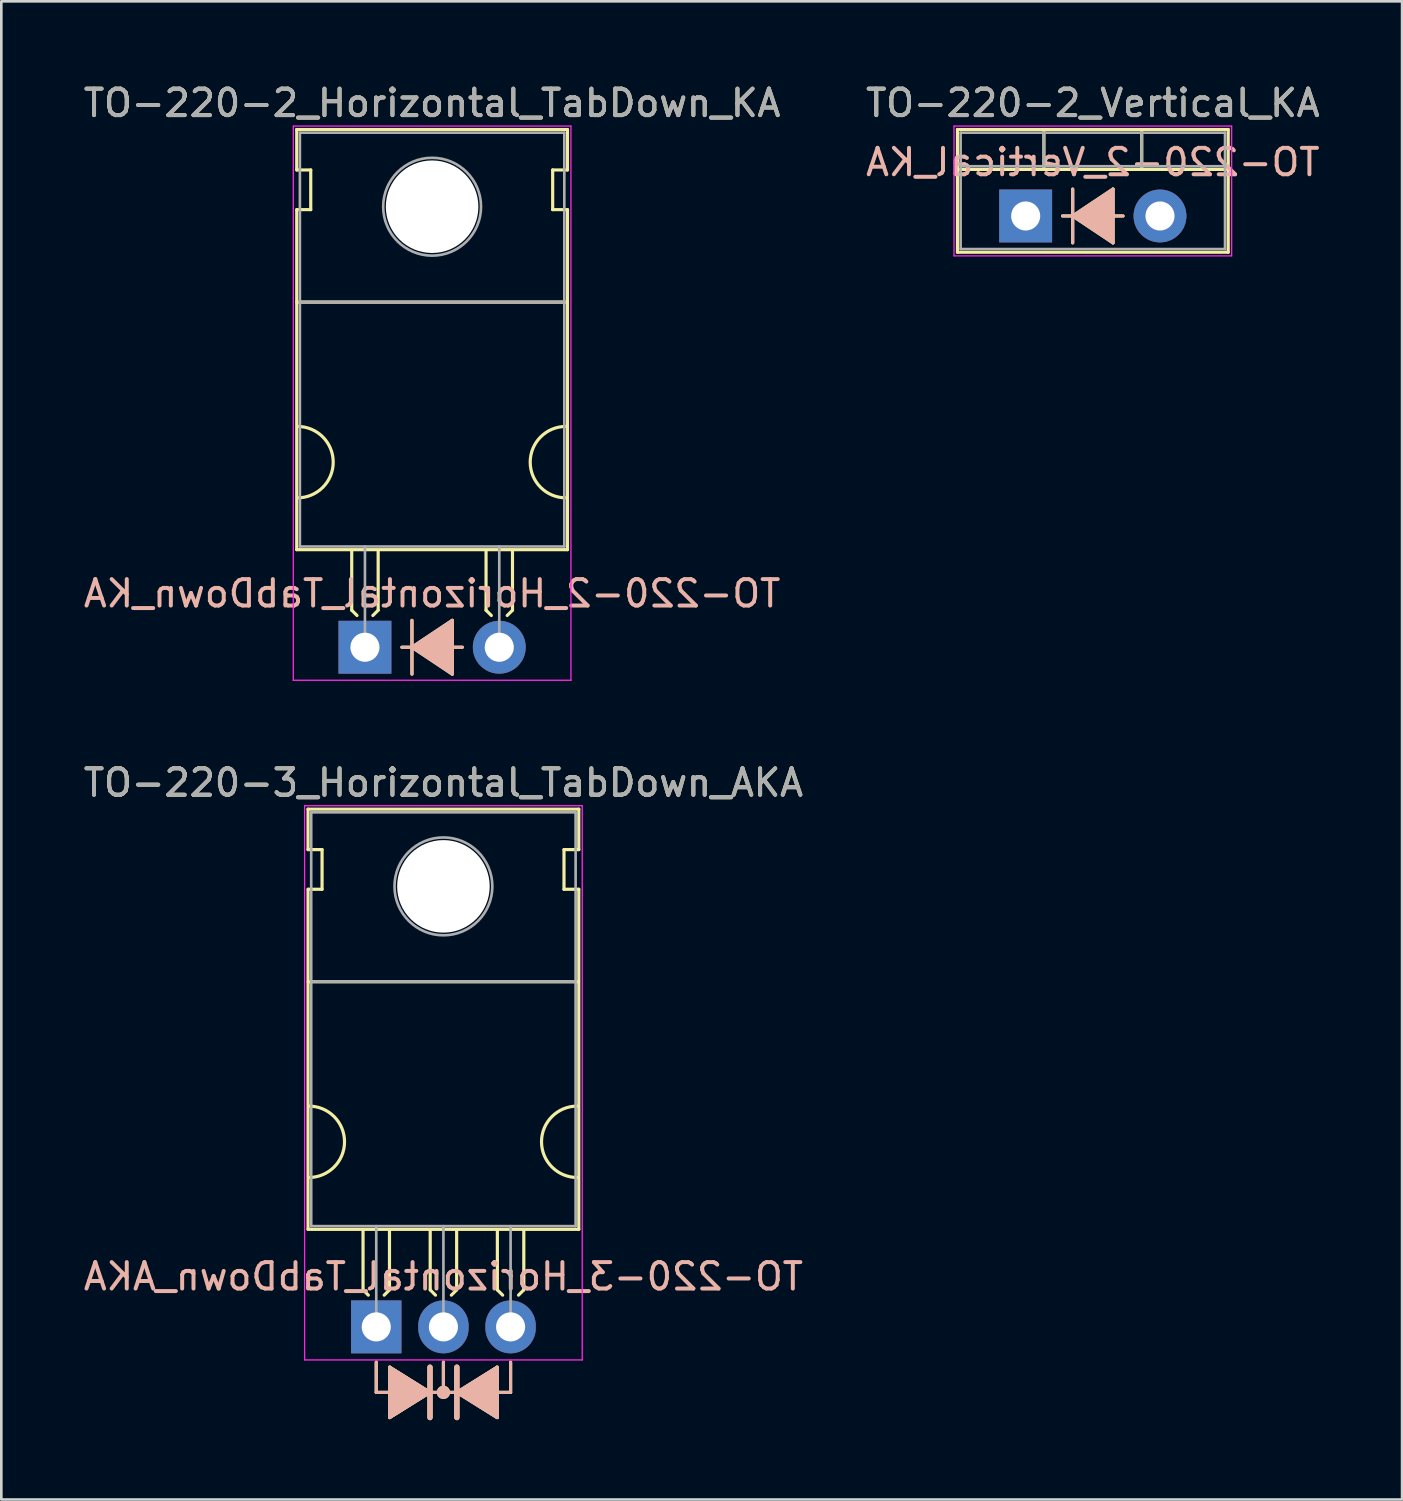
<source format=kicad_pcb>
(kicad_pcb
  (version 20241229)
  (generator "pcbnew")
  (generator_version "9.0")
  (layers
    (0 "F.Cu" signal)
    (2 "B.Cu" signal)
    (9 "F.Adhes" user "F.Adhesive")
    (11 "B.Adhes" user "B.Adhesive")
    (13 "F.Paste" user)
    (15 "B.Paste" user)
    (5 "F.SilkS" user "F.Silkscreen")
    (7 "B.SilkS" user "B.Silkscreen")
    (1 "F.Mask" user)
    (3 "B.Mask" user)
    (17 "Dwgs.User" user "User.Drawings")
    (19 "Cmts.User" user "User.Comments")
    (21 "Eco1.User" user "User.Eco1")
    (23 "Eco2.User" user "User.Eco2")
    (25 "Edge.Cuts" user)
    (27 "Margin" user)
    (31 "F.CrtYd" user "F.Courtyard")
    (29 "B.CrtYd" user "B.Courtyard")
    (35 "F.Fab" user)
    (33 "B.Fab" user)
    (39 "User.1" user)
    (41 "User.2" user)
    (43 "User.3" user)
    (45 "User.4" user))
  (footprint "TO-220-2_Vertical_KA"
    (layer "F.Cu")
    (at 35.74 5.118)
    (property "Reference" "TO-220-2_Vertical_KA" (at 2.54 -4.27 0) (layer "F.SilkS") (effects (font (size 1 1) (thickness 0.15))))
    (fp_line (start -2.58 -3.27) (end -2.58 1.371) (stroke (width 0.12) (type solid)) (layer "F.SilkS"))
    (fp_line (start -2.58 -3.27) (end 7.66 -3.27) (stroke (width 0.12) (type solid)) (layer "F.SilkS"))
    (fp_line (start -2.58 -1.76) (end 7.66 -1.76) (stroke (width 0.12) (type solid)) (layer "F.SilkS"))
    (fp_line (start -2.58 1.371) (end 7.66 1.371) (stroke (width 0.12) (type solid)) (layer "F.SilkS"))
    (fp_line (start 0.69 -3.27) (end 0.69 -1.76) (stroke (width 0.12) (type solid)) (layer "F.SilkS"))
    (fp_line (start 1.397 0) (end 1.778 0) (stroke (width 0.12) (type solid)) (layer "F.SilkS"))
    (fp_line (start 1.778 0) (end 1.778 -1.016) (stroke (width 0.12) (type solid)) (layer "F.SilkS"))
    (fp_line (start 1.778 0) (end 1.778 1.016) (stroke (width 0.12) (type solid)) (layer "F.SilkS"))
    (fp_line (start 1.778 0) (end 3.302 1.016) (stroke (width 0.12) (type solid)) (layer "F.SilkS"))
    (fp_line (start 3.302 -1.016) (end 1.778 0) (stroke (width 0.12) (type solid)) (layer "F.SilkS"))
    (fp_line (start 3.302 0) (end 3.683 0) (stroke (width 0.12) (type solid)) (layer "F.SilkS"))
    (fp_line (start 3.302 1.016) (end 3.302 -1.016) (stroke (width 0.12) (type solid)) (layer "F.SilkS"))
    (fp_line (start 4.391 -3.27) (end 4.391 -1.76) (stroke (width 0.12) (type solid)) (layer "F.SilkS"))
    (fp_line (start 7.66 -3.27) (end 7.66 1.371) (stroke (width 0.12) (type solid)) (layer "F.SilkS"))
    (fp_poly (pts (xy 3.3 1) (xy 1.8 0) (xy 3.3 -1)) (stroke (width 0.1) (type solid)) (fill yes) (layer "F.SilkS"))
    (fp_line (start 1.397 0) (end 1.778 0) (stroke (width 0.12) (type solid)) (layer "B.SilkS"))
    (fp_line (start 1.778 0) (end 1.778 -1.016) (stroke (width 0.12) (type solid)) (layer "B.SilkS"))
    (fp_line (start 1.778 0) (end 1.778 1.016) (stroke (width 0.12) (type solid)) (layer "B.SilkS"))
    (fp_line (start 1.778 0) (end 3.302 -1.016) (stroke (width 0.12) (type solid)) (layer "B.SilkS"))
    (fp_line (start 3.302 -1.016) (end 3.302 1.016) (stroke (width 0.12) (type solid)) (layer "B.SilkS"))
    (fp_line (start 3.302 0) (end 3.683 0) (stroke (width 0.12) (type solid)) (layer "B.SilkS"))
    (fp_line (start 3.302 1.016) (end 1.778 0) (stroke (width 0.12) (type solid)) (layer "B.SilkS"))
    (fp_poly (pts (xy 3.3 -1) (xy 1.8 0) (xy 3.3 1)) (stroke (width 0.1) (type solid)) (fill yes) (layer "B.SilkS"))
    (fp_line (start -2.71 -3.4) (end -2.71 1.51) (stroke (width 0.05) (type solid)) (layer "F.CrtYd"))
    (fp_line (start -2.71 1.51) (end 7.79 1.51) (stroke (width 0.05) (type solid)) (layer "F.CrtYd"))
    (fp_line (start 7.79 -3.4) (end -2.71 -3.4) (stroke (width 0.05) (type solid)) (layer "F.CrtYd"))
    (fp_line (start 7.79 1.51) (end 7.79 -3.4) (stroke (width 0.05) (type solid)) (layer "F.CrtYd"))
    (fp_line (start -2.46 -3.15) (end -2.46 1.25) (stroke (width 0.1) (type solid)) (layer "F.Fab"))
    (fp_line (start -2.46 -1.88) (end 7.54 -1.88) (stroke (width 0.1) (type solid)) (layer "F.Fab"))
    (fp_line (start -2.46 1.25) (end 7.54 1.25) (stroke (width 0.1) (type solid)) (layer "F.Fab"))
    (fp_line (start 0.69 -3.15) (end 0.69 -1.88) (stroke (width 0.1) (type solid)) (layer "F.Fab"))
    (fp_line (start 4.39 -3.15) (end 4.39 -1.88) (stroke (width 0.1) (type solid)) (layer "F.Fab"))
    (fp_line (start 7.54 -3.15) (end -2.46 -3.15) (stroke (width 0.1) (type solid)) (layer "F.Fab"))
    (fp_line (start 7.54 1.25) (end 7.54 -3.15) (stroke (width 0.1) (type solid)) (layer "F.Fab"))
    (fp_text user "${REFERENCE}" (at 2.54 -2.032 0) (layer "B.SilkS") (effects (font (size 1 1) (thickness 0.15)) (justify mirror)))
    (fp_text user "${REFERENCE}" (at 2.54 -4.27 0) (layer "F.Fab") (effects (font (size 1 1) (thickness 0.15))))
    (pad "1" thru_hole rect (at 0 0) (size 2 2) (drill 1.1) (layers "*.Cu" "*.Mask"))
    (pad "2" thru_hole oval (at 5.08 0) (size 2 2) (drill 1.1) (layers "*.Cu" "*.Mask")))
  (footprint "TO-220-2_Horizontal_TabDown_KA"
    (layer "F.Cu")
    (at 10.752 21.428)
    (property "Reference" "TO-220-2_Horizontal_TabDown_KA" (at 2.54 -20.58 0) (layer "F.SilkS") (effects (font (size 1 1) (thickness 0.15))))
    (fp_line (start -2.58 -19.58) (end -2.58 -18.05) (stroke (width 0.12) (type solid)) (layer "F.SilkS"))
    (fp_line (start -2.58 -19.58) (end 7.66 -19.58) (stroke (width 0.12) (type solid)) (layer "F.SilkS"))
    (fp_line (start -2.58 -18.05) (end -2.05 -18.05) (stroke (width 0.12) (type solid)) (layer "F.SilkS"))
    (fp_line (start -2.58 -16.55) (end -2.58 -3.69) (stroke (width 0.12) (type solid)) (layer "F.SilkS"))
    (fp_line (start -2.58 -3.69) (end 7.66 -3.69) (stroke (width 0.12) (type solid)) (layer "F.SilkS"))
    (fp_line (start -2.575 -13.05) (end 7.65 -13.05) (stroke (width 0.12) (type solid)) (layer "F.SilkS"))
    (fp_line (start -2.05 -18.05) (end -2.05 -16.55) (stroke (width 0.12) (type solid)) (layer "F.SilkS"))
    (fp_line (start -2.05 -16.55) (end -2.575 -16.55) (stroke (width 0.12) (type solid)) (layer "F.SilkS"))
    (fp_line (start -0.5 -3.65) (end -0.5 -1.4) (stroke (width 0.12) (type solid)) (layer "F.SilkS"))
    (fp_line (start -0.5 -1.4) (end -0.3 -1.2) (stroke (width 0.12) (type solid)) (layer "F.SilkS"))
    (fp_line (start 0.5 -3.65) (end 0.5 -1.4) (stroke (width 0.12) (type solid)) (layer "F.SilkS"))
    (fp_line (start 0.5 -1.4) (end 0.3 -1.2) (stroke (width 0.12) (type solid)) (layer "F.SilkS"))
    (fp_line (start 1.397 0) (end 1.778 0) (stroke (width 0.12) (type solid)) (layer "F.SilkS"))
    (fp_line (start 1.778 0) (end 1.778 -1.016) (stroke (width 0.12) (type solid)) (layer "F.SilkS"))
    (fp_line (start 1.778 0) (end 1.778 1.016) (stroke (width 0.12) (type solid)) (layer "F.SilkS"))
    (fp_line (start 1.778 0) (end 3.302 1.016) (stroke (width 0.12) (type solid)) (layer "F.SilkS"))
    (fp_line (start 3.302 -1.016) (end 1.778 0) (stroke (width 0.12) (type solid)) (layer "F.SilkS"))
    (fp_line (start 3.302 0) (end 3.683 0) (stroke (width 0.12) (type solid)) (layer "F.SilkS"))
    (fp_line (start 3.302 1.016) (end 3.302 -1.016) (stroke (width 0.12) (type solid)) (layer "F.SilkS"))
    (fp_line (start 4.58 -3.65) (end 4.58 -1.4) (stroke (width 0.12) (type solid)) (layer "F.SilkS"))
    (fp_line (start 4.58 -1.4) (end 4.78 -1.2) (stroke (width 0.12) (type solid)) (layer "F.SilkS"))
    (fp_line (start 5.58 -3.65) (end 5.58 -1.4) (stroke (width 0.12) (type solid)) (layer "F.SilkS"))
    (fp_line (start 5.58 -1.4) (end 5.38 -1.2) (stroke (width 0.12) (type solid)) (layer "F.SilkS"))
    (fp_line (start 7.1 -18.05) (end 7.66 -18.05) (stroke (width 0.12) (type solid)) (layer "F.SilkS"))
    (fp_line (start 7.1 -16.55) (end 7.1 -18.05) (stroke (width 0.12) (type solid)) (layer "F.SilkS"))
    (fp_line (start 7.66 -19.58) (end 7.66 -18.05) (stroke (width 0.12) (type solid)) (layer "F.SilkS"))
    (fp_line (start 7.66 -16.55) (end 7.1 -16.55) (stroke (width 0.12) (type solid)) (layer "F.SilkS"))
    (fp_line (start 7.66 -16.55) (end 7.66 -3.69) (stroke (width 0.12) (type solid)) (layer "F.SilkS"))
    (fp_arc (start -2.55 -8.35) (mid -1.2 -7) (end -2.55 -5.65) (stroke (width 0.12) (type solid)) (layer "F.SilkS"))
    (fp_arc (start 7.6 -5.65) (mid 6.25 -7) (end 7.6 -8.35) (stroke (width 0.12) (type solid)) (layer "F.SilkS"))
    (fp_poly (pts (xy 3.3 1) (xy 1.8 0) (xy 3.3 -1)) (stroke (width 0.1) (type solid)) (fill yes) (layer "F.SilkS"))
    (fp_line (start 1.397 0) (end 1.778 0) (stroke (width 0.12) (type solid)) (layer "B.SilkS"))
    (fp_line (start 1.778 0) (end 1.778 -1.016) (stroke (width 0.12) (type solid)) (layer "B.SilkS"))
    (fp_line (start 1.778 0) (end 1.778 1.016) (stroke (width 0.12) (type solid)) (layer "B.SilkS"))
    (fp_line (start 1.778 0) (end 3.302 -1.016) (stroke (width 0.12) (type solid)) (layer "B.SilkS"))
    (fp_line (start 3.302 -1.016) (end 3.302 1.016) (stroke (width 0.12) (type solid)) (layer "B.SilkS"))
    (fp_line (start 3.302 0) (end 3.683 0) (stroke (width 0.12) (type solid)) (layer "B.SilkS"))
    (fp_line (start 3.302 1.016) (end 1.778 0) (stroke (width 0.12) (type solid)) (layer "B.SilkS"))
    (fp_poly (pts (xy 3.3 -1) (xy 1.8 0) (xy 3.3 1)) (stroke (width 0.1) (type solid)) (fill yes) (layer "B.SilkS"))
    (fp_line (start -2.71 -19.71) (end -2.71 1.25) (stroke (width 0.05) (type solid)) (layer "F.CrtYd"))
    (fp_line (start -2.71 1.25) (end 7.79 1.25) (stroke (width 0.05) (type solid)) (layer "F.CrtYd"))
    (fp_line (start 7.79 -19.71) (end -2.71 -19.71) (stroke (width 0.05) (type solid)) (layer "F.CrtYd"))
    (fp_line (start 7.79 1.25) (end 7.79 -19.71) (stroke (width 0.05) (type solid)) (layer "F.CrtYd"))
    (fp_line (start -2.46 -19.46) (end 7.54 -19.46) (stroke (width 0.1) (type solid)) (layer "F.Fab"))
    (fp_line (start -2.46 -13.06) (end -2.46 -19.46) (stroke (width 0.1) (type solid)) (layer "F.Fab"))
    (fp_line (start -2.46 -13.06) (end 7.54 -13.06) (stroke (width 0.1) (type solid)) (layer "F.Fab"))
    (fp_line (start -2.46 -3.81) (end -2.46 -13.06) (stroke (width 0.1) (type solid)) (layer "F.Fab"))
    (fp_line (start 0 -3.81) (end 0 0) (stroke (width 0.1) (type solid)) (layer "F.Fab"))
    (fp_line (start 5.08 -3.81) (end 5.08 0) (stroke (width 0.1) (type solid)) (layer "F.Fab"))
    (fp_line (start 7.54 -19.46) (end 7.54 -13.06) (stroke (width 0.1) (type solid)) (layer "F.Fab"))
    (fp_line (start 7.54 -13.06) (end -2.46 -13.06) (stroke (width 0.1) (type solid)) (layer "F.Fab"))
    (fp_line (start 7.54 -13.06) (end 7.54 -3.81) (stroke (width 0.1) (type solid)) (layer "F.Fab"))
    (fp_line (start 7.54 -3.81) (end -2.46 -3.81) (stroke (width 0.1) (type solid)) (layer "F.Fab"))
    (fp_circle (center 2.54 -16.66) (end 4.39 -16.66) (stroke (width 0.1) (type solid)) (fill no) (layer "F.Fab"))
    (fp_text user "${REFERENCE}" (at 2.54 -2.032 0) (layer "B.SilkS") (effects (font (size 1 1) (thickness 0.15)) (justify mirror)))
    (fp_text user "${REFERENCE}" (at 2.54 -20.58 0) (layer "F.Fab") (effects (font (size 1 1) (thickness 0.15))))
    (pad "" np_thru_hole oval (at 2.54 -16.66) (size 3.5 3.5) (drill 3.5) (layers "*.Cu" "*.Mask"))
    (pad "1" thru_hole rect (at 0 0) (size 2 2) (drill 1.1) (layers "*.Cu" "*.Mask"))
    (pad "2" thru_hole oval (at 5.08 0) (size 2 2) (drill 1.1) (layers "*.Cu" "*.Mask")))
  (footprint "TO-220-3_Horizontal_TabDown_AKA"
    (layer "F.Cu")
    (at 11.18 47.132)
    (property "Reference" "TO-220-3_Horizontal_TabDown_AKA" (at 2.54 -20.58 0) (layer "F.SilkS") (effects (font (size 1 1) (thickness 0.15))))
    (fp_line (start -2.58 -19.58) (end -2.58 -18.05) (stroke (width 0.12) (type solid)) (layer "F.SilkS"))
    (fp_line (start -2.58 -19.58) (end 7.66 -19.58) (stroke (width 0.12) (type solid)) (layer "F.SilkS"))
    (fp_line (start -2.58 -18.05) (end -2.05 -18.05) (stroke (width 0.12) (type solid)) (layer "F.SilkS"))
    (fp_line (start -2.58 -16.55) (end -2.58 -3.69) (stroke (width 0.12) (type solid)) (layer "F.SilkS"))
    (fp_line (start -2.58 -3.69) (end 7.66 -3.69) (stroke (width 0.12) (type solid)) (layer "F.SilkS"))
    (fp_line (start -2.575 -13.05) (end 7.65 -13.05) (stroke (width 0.12) (type solid)) (layer "F.SilkS"))
    (fp_line (start -2.05 -18.05) (end -2.05 -16.55) (stroke (width 0.12) (type solid)) (layer "F.SilkS"))
    (fp_line (start -2.05 -16.55) (end -2.575 -16.55) (stroke (width 0.12) (type solid)) (layer "F.SilkS"))
    (fp_line (start -0.5 -3.65) (end -0.5 -1.4) (stroke (width 0.12) (type solid)) (layer "F.SilkS"))
    (fp_line (start -0.5 -1.4) (end -0.3 -1.2) (stroke (width 0.12) (type solid)) (layer "F.SilkS"))
    (fp_line (start 0 1.333) (end 0 2.477) (stroke (width 0.12) (type solid)) (layer "F.SilkS"))
    (fp_line (start 0 2.477) (end 0.508 2.477) (stroke (width 0.12) (type solid)) (layer "F.SilkS"))
    (fp_line (start 0.5 -3.65) (end 0.5 -1.4) (stroke (width 0.12) (type solid)) (layer "F.SilkS"))
    (fp_line (start 0.5 -1.4) (end 0.3 -1.2) (stroke (width 0.12) (type solid)) (layer "F.SilkS"))
    (fp_line (start 0.508 1.714) (end 0.508 1.524) (stroke (width 0.12) (type solid)) (layer "F.SilkS"))
    (fp_line (start 0.508 1.714) (end 0.508 3.239) (stroke (width 0.12) (type solid)) (layer "F.SilkS"))
    (fp_line (start 0.508 3.239) (end 0.508 3.429) (stroke (width 0.12) (type solid)) (layer "F.SilkS"))
    (fp_line (start 2.032 2.477) (end 0.508 1.524) (stroke (width 0.12) (type solid)) (layer "F.SilkS"))
    (fp_line (start 2.032 2.477) (end 0.508 3.429) (stroke (width 0.12) (type solid)) (layer "F.SilkS"))
    (fp_line (start 2.032 3.429) (end 2.032 1.524) (stroke (width 0.2) (type solid)) (layer "F.SilkS"))
    (fp_line (start 2.04 -3.65) (end 2.04 -1.4) (stroke (width 0.12) (type solid)) (layer "F.SilkS"))
    (fp_line (start 2.04 -1.4) (end 2.24 -1.2) (stroke (width 0.12) (type solid)) (layer "F.SilkS"))
    (fp_line (start 2.54 1.333) (end 2.54 2.477) (stroke (width 0.12) (type solid)) (layer "F.SilkS"))
    (fp_line (start 2.54 2.477) (end 2.032 2.477) (stroke (width 0.12) (type solid)) (layer "F.SilkS"))
    (fp_line (start 2.54 2.477) (end 3.048 2.477) (stroke (width 0.12) (type solid)) (layer "F.SilkS"))
    (fp_line (start 3.04 -3.65) (end 3.04 -1.4) (stroke (width 0.12) (type solid)) (layer "F.SilkS"))
    (fp_line (start 3.04 -1.4) (end 2.84 -1.2) (stroke (width 0.12) (type solid)) (layer "F.SilkS"))
    (fp_line (start 3.048 1.524) (end 3.048 3.429) (stroke (width 0.2) (type solid)) (layer "F.SilkS"))
    (fp_line (start 3.048 2.477) (end 4.572 3.429) (stroke (width 0.12) (type solid)) (layer "F.SilkS"))
    (fp_line (start 4.572 1.524) (end 3.048 2.477) (stroke (width 0.12) (type solid)) (layer "F.SilkS"))
    (fp_line (start 4.572 3.429) (end 4.572 1.524) (stroke (width 0.12) (type solid)) (layer "F.SilkS"))
    (fp_line (start 4.58 -3.65) (end 4.58 -1.4) (stroke (width 0.12) (type solid)) (layer "F.SilkS"))
    (fp_line (start 4.58 -1.4) (end 4.78 -1.2) (stroke (width 0.12) (type solid)) (layer "F.SilkS"))
    (fp_line (start 5.08 1.333) (end 5.08 2.477) (stroke (width 0.12) (type solid)) (layer "F.SilkS"))
    (fp_line (start 5.08 2.477) (end 4.572 2.477) (stroke (width 0.12) (type solid)) (layer "F.SilkS"))
    (fp_line (start 5.58 -3.65) (end 5.58 -1.4) (stroke (width 0.12) (type solid)) (layer "F.SilkS"))
    (fp_line (start 5.58 -1.4) (end 5.38 -1.2) (stroke (width 0.12) (type solid)) (layer "F.SilkS"))
    (fp_line (start 7.1 -18.05) (end 7.66 -18.05) (stroke (width 0.12) (type solid)) (layer "F.SilkS"))
    (fp_line (start 7.1 -16.55) (end 7.1 -18.05) (stroke (width 0.12) (type solid)) (layer "F.SilkS"))
    (fp_line (start 7.66 -19.58) (end 7.66 -18.05) (stroke (width 0.12) (type solid)) (layer "F.SilkS"))
    (fp_line (start 7.66 -16.55) (end 7.1 -16.55) (stroke (width 0.12) (type solid)) (layer "F.SilkS"))
    (fp_line (start 7.66 -16.55) (end 7.66 -3.69) (stroke (width 0.12) (type solid)) (layer "F.SilkS"))
    (fp_arc (start -2.55 -8.35) (mid -1.2 -7) (end -2.55 -5.65) (stroke (width 0.12) (type solid)) (layer "F.SilkS"))
    (fp_arc (start 7.6 -5.65) (mid 6.25 -7) (end 7.6 -8.35) (stroke (width 0.12) (type solid)) (layer "F.SilkS"))
    (fp_circle (center 2.54 2.477) (end 2.54 2.54) (stroke (width 0.12) (type solid)) (fill no) (layer "F.SilkS"))
    (fp_circle (center 2.54 2.477) (end 2.54 2.603) (stroke (width 0.12) (type solid)) (fill no) (layer "F.SilkS"))
    (fp_circle (center 2.54 2.477) (end 2.54 2.667) (stroke (width 0.12) (type solid)) (fill no) (layer "F.SilkS"))
    (fp_poly (pts (xy 2.032 2.477) (xy 0.508 3.429) (xy 0.508 1.524)) (stroke (width 0.1) (type solid)) (fill yes) (layer "F.SilkS"))
    (fp_poly (pts (xy 4.572 3.429) (xy 3.048 2.477) (xy 4.572 1.524)) (stroke (width 0.1) (type solid)) (fill yes) (layer "F.SilkS"))
    (fp_line (start 0 1.333) (end 0 2.477) (stroke (width 0.12) (type solid)) (layer "B.SilkS"))
    (fp_line (start 0 2.477) (end 0.508 2.477) (stroke (width 0.12) (type solid)) (layer "B.SilkS"))
    (fp_line (start 0.508 1.524) (end 2.032 2.477) (stroke (width 0.12) (type solid)) (layer "B.SilkS"))
    (fp_line (start 0.508 3.429) (end 0.508 1.524) (stroke (width 0.12) (type solid)) (layer "B.SilkS"))
    (fp_line (start 2.032 1.524) (end 2.032 3.429) (stroke (width 0.2) (type solid)) (layer "B.SilkS"))
    (fp_line (start 2.032 2.477) (end 0.508 3.429) (stroke (width 0.12) (type solid)) (layer "B.SilkS"))
    (fp_line (start 2.54 1.333) (end 2.54 2.477) (stroke (width 0.12) (type solid)) (layer "B.SilkS"))
    (fp_line (start 2.54 2.477) (end 2.032 2.477) (stroke (width 0.12) (type solid)) (layer "B.SilkS"))
    (fp_line (start 2.54 2.477) (end 3.048 2.477) (stroke (width 0.12) (type solid)) (layer "B.SilkS"))
    (fp_line (start 3.048 2.477) (end 4.572 1.524) (stroke (width 0.12) (type solid)) (layer "B.SilkS"))
    (fp_line (start 3.048 2.477) (end 4.572 3.429) (stroke (width 0.12) (type solid)) (layer "B.SilkS"))
    (fp_line (start 3.048 3.429) (end 3.048 1.524) (stroke (width 0.2) (type solid)) (layer "B.SilkS"))
    (fp_line (start 4.572 1.714) (end 4.572 1.524) (stroke (width 0.12) (type solid)) (layer "B.SilkS"))
    (fp_line (start 4.572 1.714) (end 4.572 3.239) (stroke (width 0.12) (type solid)) (layer "B.SilkS"))
    (fp_line (start 4.572 3.239) (end 4.572 3.429) (stroke (width 0.12) (type solid)) (layer "B.SilkS"))
    (fp_line (start 5.08 1.333) (end 5.08 2.477) (stroke (width 0.12) (type solid)) (layer "B.SilkS"))
    (fp_line (start 5.08 2.477) (end 4.572 2.477) (stroke (width 0.12) (type solid)) (layer "B.SilkS"))
    (fp_circle (center 2.54 2.477) (end 2.54 2.54) (stroke (width 0.12) (type solid)) (fill no) (layer "B.SilkS"))
    (fp_circle (center 2.54 2.477) (end 2.54 2.603) (stroke (width 0.12) (type solid)) (fill no) (layer "B.SilkS"))
    (fp_circle (center 2.54 2.477) (end 2.54 2.667) (stroke (width 0.12) (type solid)) (fill no) (layer "B.SilkS"))
    (fp_poly (pts (xy 0.508 3.429) (xy 2.032 2.477) (xy 0.508 1.524)) (stroke (width 0.1) (type solid)) (fill yes) (layer "B.SilkS"))
    (fp_poly (pts (xy 3.048 2.477) (xy 4.572 3.429) (xy 4.572 1.524)) (stroke (width 0.1) (type solid)) (fill yes) (layer "B.SilkS"))
    (fp_line (start -2.71 -19.71) (end -2.71 1.25) (stroke (width 0.05) (type solid)) (layer "F.CrtYd"))
    (fp_line (start -2.71 1.25) (end 7.79 1.25) (stroke (width 0.05) (type solid)) (layer "F.CrtYd"))
    (fp_line (start 7.79 -19.71) (end -2.71 -19.71) (stroke (width 0.05) (type solid)) (layer "F.CrtYd"))
    (fp_line (start 7.79 1.25) (end 7.79 -19.71) (stroke (width 0.05) (type solid)) (layer "F.CrtYd"))
    (fp_line (start -2.46 -19.46) (end 7.54 -19.46) (stroke (width 0.1) (type solid)) (layer "F.Fab"))
    (fp_line (start -2.46 -13.06) (end -2.46 -19.46) (stroke (width 0.1) (type solid)) (layer "F.Fab"))
    (fp_line (start -2.46 -13.06) (end 7.54 -13.06) (stroke (width 0.1) (type solid)) (layer "F.Fab"))
    (fp_line (start -2.46 -3.81) (end -2.46 -13.06) (stroke (width 0.1) (type solid)) (layer "F.Fab"))
    (fp_line (start 0 -3.81) (end 0 0) (stroke (width 0.1) (type solid)) (layer "F.Fab"))
    (fp_line (start 2.54 -3.81) (end 2.54 0) (stroke (width 0.1) (type solid)) (layer "F.Fab"))
    (fp_line (start 5.08 -3.81) (end 5.08 0) (stroke (width 0.1) (type solid)) (layer "F.Fab"))
    (fp_line (start 7.54 -19.46) (end 7.54 -13.06) (stroke (width 0.1) (type solid)) (layer "F.Fab"))
    (fp_line (start 7.54 -13.06) (end -2.46 -13.06) (stroke (width 0.1) (type solid)) (layer "F.Fab"))
    (fp_line (start 7.54 -13.06) (end 7.54 -3.81) (stroke (width 0.1) (type solid)) (layer "F.Fab"))
    (fp_line (start 7.54 -3.81) (end -2.46 -3.81) (stroke (width 0.1) (type solid)) (layer "F.Fab"))
    (fp_circle (center 2.54 -16.66) (end 4.39 -16.66) (stroke (width 0.1) (type solid)) (fill no) (layer "F.Fab"))
    (fp_text user "${REFERENCE}" (at 2.54 -1.905 0) (layer "B.SilkS") (effects (font (size 1 1) (thickness 0.15)) (justify mirror)))
    (fp_text user "${REFERENCE}" (at 2.54 -20.58 0) (layer "F.Fab") (effects (font (size 1 1) (thickness 0.15))))
    (pad "" np_thru_hole oval (at 2.54 -16.66) (size 3.5 3.5) (drill 3.5) (layers "*.Cu" "*.Mask"))
    (pad "1" thru_hole rect (at 0 0) (size 1.905 2) (drill 1.1) (layers "*.Cu" "*.Mask"))
    (pad "2" thru_hole oval (at 2.54 0) (size 1.905 2) (drill 1.1) (layers "*.Cu" "*.Mask"))
    (pad "3" thru_hole oval (at 5.08 0) (size 1.905 2) (drill 1.1) (layers "*.Cu" "*.Mask")))
  (gr_rect
    (start -3 -3)
    (end 49.976 53.66)
    (stroke (width 0.1) (type default))
    (fill no)
    (layer "Edge.Cuts")))
</source>
